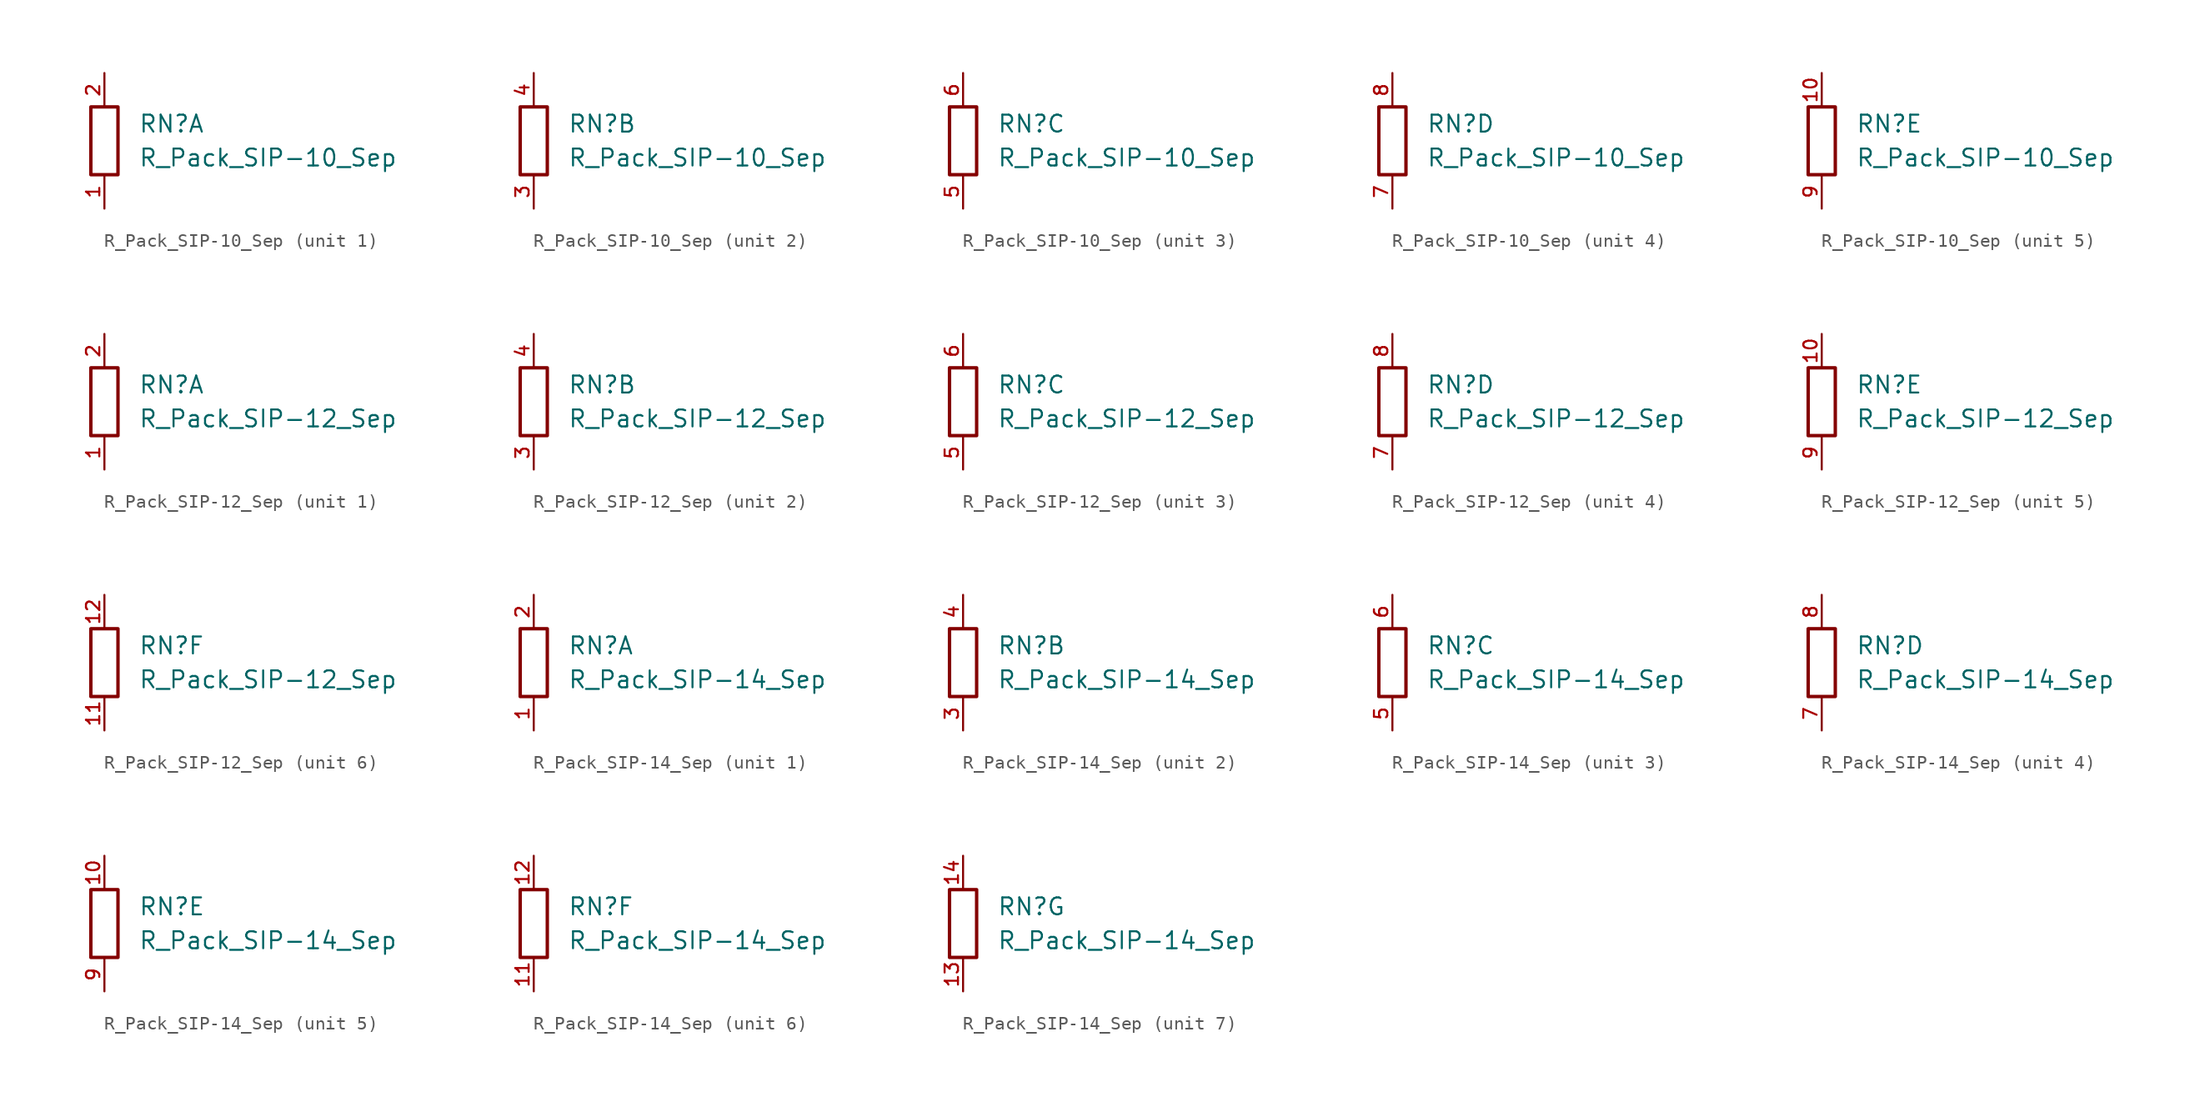
<source format=kicad_sym>
(kicad_symbol_lib
  (version 20220914)
  (generator kicad_symbol_editor)
  (symbol "R_Pack_SIP-10_Sep"
    (pin_names
      (offset 0.002) hide)
    (property "Reference" "RN"
      (at 2.54 1.27 0)
      (effects (font (size 1.27 1.27)) (justify left)))
    (property "Value" "R_Pack_SIP-10_Sep"
      (at 2.54 -1.27 0)
      (effects (font (size 1.27 1.27)) (justify left)))
    (symbol "R_Pack_SIP-10_Sep_0_1"
      (rectangle (start 1.016 2.54) (end -1.016 -2.54) (stroke (width 0.254) (type default)) (fill (type none))))
    (symbol "R_Pack_SIP-10_Sep_1_1"
      (pin passive line (at 0 -5.08 90) (length 2.54) (name "R5.1" (effects (font (size 1.27 1.27)))) (number "1" (effects (font (size 1 1)))))
      (pin passive line (at 0 5.08 270) (length 2.54) (name "R5.2" (effects (font (size 1.27 1.27)))) (number "2" (effects (font (size 1 1))))))
    (symbol "R_Pack_SIP-10_Sep_2_1"
      (pin passive line (at 0 -5.08 90) (length 2.54) (name "R2.1" (effects (font (size 1.27 1.27)))) (number "3" (effects (font (size 1 1)))))
      (pin passive line (at 0 5.08 270) (length 2.54) (name "R2.2" (effects (font (size 1.27 1.27)))) (number "4" (effects (font (size 1 1))))))
    (symbol "R_Pack_SIP-10_Sep_3_1"
      (pin passive line (at 0 -5.08 90) (length 2.54) (name "R5.1" (effects (font (size 1.27 1.27)))) (number "5" (effects (font (size 1 1)))))
      (pin passive line (at 0 5.08 270) (length 2.54) (name "R5.2" (effects (font (size 1.27 1.27)))) (number "6" (effects (font (size 1 1))))))
    (symbol "R_Pack_SIP-10_Sep_4_1"
      (pin passive line (at 0 -5.08 90) (length 2.54) (name "R5.1" (effects (font (size 1.27 1.27)))) (number "7" (effects (font (size 1 1)))))
      (pin passive line (at 0 5.08 270) (length 2.54) (name "R5.2" (effects (font (size 1.27 1.27)))) (number "8" (effects (font (size 1 1))))))
    (symbol "R_Pack_SIP-10_Sep_5_1"
      (pin passive line (at 0 5.08 270) (length 2.54) (name "R5.2" (effects (font (size 1.27 1.27)))) (number "10" (effects (font (size 1 1)))))
      (pin passive line (at 0 -5.08 90) (length 2.54) (name "R5.1" (effects (font (size 1.27 1.27)))) (number "9" (effects (font (size 1 1)))))))
  (symbol "R_Pack_SIP-12_Sep"
    (pin_names
      (offset 0.002) hide)
    (property "Reference" "RN"
      (at 2.54 1.27 0)
      (effects (font (size 1.27 1.27)) (justify left)))
    (property "Value" "R_Pack_SIP-12_Sep"
      (at 2.54 -1.27 0)
      (effects (font (size 1.27 1.27)) (justify left)))
    (symbol "R_Pack_SIP-12_Sep_0_1"
      (rectangle (start 1.016 2.54) (end -1.016 -2.54) (stroke (width 0.254) (type default)) (fill (type none))))
    (symbol "R_Pack_SIP-12_Sep_1_1"
      (pin passive line (at 0 -5.08 90) (length 2.54) (name "R6.1" (effects (font (size 1.27 1.27)))) (number "1" (effects (font (size 1 1)))))
      (pin passive line (at 0 5.08 270) (length 2.54) (name "R6.2" (effects (font (size 1.27 1.27)))) (number "2" (effects (font (size 1 1))))))
    (symbol "R_Pack_SIP-12_Sep_2_1"
      (pin passive line (at 0 -5.08 90) (length 2.54) (name "R2.1" (effects (font (size 1.27 1.27)))) (number "3" (effects (font (size 1 1)))))
      (pin passive line (at 0 5.08 270) (length 2.54) (name "R2.2" (effects (font (size 1.27 1.27)))) (number "4" (effects (font (size 1 1))))))
    (symbol "R_Pack_SIP-12_Sep_3_1"
      (pin passive line (at 0 -5.08 90) (length 2.54) (name "R6.1" (effects (font (size 1.27 1.27)))) (number "5" (effects (font (size 1 1)))))
      (pin passive line (at 0 5.08 270) (length 2.54) (name "R6.2" (effects (font (size 1.27 1.27)))) (number "6" (effects (font (size 1 1))))))
    (symbol "R_Pack_SIP-12_Sep_4_1"
      (pin passive line (at 0 -5.08 90) (length 2.54) (name "R6.1" (effects (font (size 1.27 1.27)))) (number "7" (effects (font (size 1 1)))))
      (pin passive line (at 0 5.08 270) (length 2.54) (name "R6.2" (effects (font (size 1.27 1.27)))) (number "8" (effects (font (size 1 1))))))
    (symbol "R_Pack_SIP-12_Sep_5_1"
      (pin passive line (at 0 5.08 270) (length 2.54) (name "R6.2" (effects (font (size 1.27 1.27)))) (number "10" (effects (font (size 1 1)))))
      (pin passive line (at 0 -5.08 90) (length 2.54) (name "R6.1" (effects (font (size 1.27 1.27)))) (number "9" (effects (font (size 1 1))))))
    (symbol "R_Pack_SIP-12_Sep_6_1"
      (pin passive line (at 0 -5.08 90) (length 2.54) (name "R6.1" (effects (font (size 1.27 1.27)))) (number "11" (effects (font (size 1 1)))))
      (pin passive line (at 0 5.08 270) (length 2.54) (name "R6.2" (effects (font (size 1.27 1.27)))) (number "12" (effects (font (size 1 1)))))))
  (symbol "R_Pack_SIP-14_Sep"
    (pin_names
      (offset 0.002) hide)
    (property "Reference" "RN"
      (at 2.54 1.27 0)
      (effects (font (size 1.27 1.27)) (justify left)))
    (property "Value" "R_Pack_SIP-14_Sep"
      (at 2.54 -1.27 0)
      (effects (font (size 1.27 1.27)) (justify left)))
    (symbol "R_Pack_SIP-14_Sep_0_1"
      (rectangle (start 1.016 2.54) (end -1.016 -2.54) (stroke (width 0.254) (type default)) (fill (type none))))
    (symbol "R_Pack_SIP-14_Sep_1_1"
      (pin passive line (at 0 -5.08 90) (length 2.54) (name "R6.1" (effects (font (size 1.27 1.27)))) (number "1" (effects (font (size 1 1)))))
      (pin passive line (at 0 5.08 270) (length 2.54) (name "R6.2" (effects (font (size 1.27 1.27)))) (number "2" (effects (font (size 1 1))))))
    (symbol "R_Pack_SIP-14_Sep_2_1"
      (pin passive line (at 0 -5.08 90) (length 2.54) (name "R2.1" (effects (font (size 1.27 1.27)))) (number "3" (effects (font (size 1 1)))))
      (pin passive line (at 0 5.08 270) (length 2.54) (name "R2.2" (effects (font (size 1.27 1.27)))) (number "4" (effects (font (size 1 1))))))
    (symbol "R_Pack_SIP-14_Sep_3_1"
      (pin passive line (at 0 -5.08 90) (length 2.54) (name "R6.1" (effects (font (size 1.27 1.27)))) (number "5" (effects (font (size 1 1)))))
      (pin passive line (at 0 5.08 270) (length 2.54) (name "R6.2" (effects (font (size 1.27 1.27)))) (number "6" (effects (font (size 1 1))))))
    (symbol "R_Pack_SIP-14_Sep_4_1"
      (pin passive line (at 0 -5.08 90) (length 2.54) (name "R6.1" (effects (font (size 1.27 1.27)))) (number "7" (effects (font (size 1 1)))))
      (pin passive line (at 0 5.08 270) (length 2.54) (name "R6.2" (effects (font (size 1.27 1.27)))) (number "8" (effects (font (size 1 1))))))
    (symbol "R_Pack_SIP-14_Sep_5_1"
      (pin passive line (at 0 5.08 270) (length 2.54) (name "R6.2" (effects (font (size 1.27 1.27)))) (number "10" (effects (font (size 1 1)))))
      (pin passive line (at 0 -5.08 90) (length 2.54) (name "R6.1" (effects (font (size 1.27 1.27)))) (number "9" (effects (font (size 1 1))))))
    (symbol "R_Pack_SIP-14_Sep_6_1"
      (pin passive line (at 0 -5.08 90) (length 2.54) (name "R6.1" (effects (font (size 1.27 1.27)))) (number "11" (effects (font (size 1 1)))))
      (pin passive line (at 0 5.08 270) (length 2.54) (name "R6.2" (effects (font (size 1.27 1.27)))) (number "12" (effects (font (size 1 1))))))
    (symbol "R_Pack_SIP-14_Sep_7_1"
      (pin passive line (at 0 -5.08 90) (length 2.54) (name "R6.1" (effects (font (size 1.27 1.27)))) (number "13" (effects (font (size 1 1)))))
      (pin passive line (at 0 5.08 270) (length 2.54) (name "R6.2" (effects (font (size 1.27 1.27)))) (number "14" (effects (font (size 1 1))))))))
</source>
